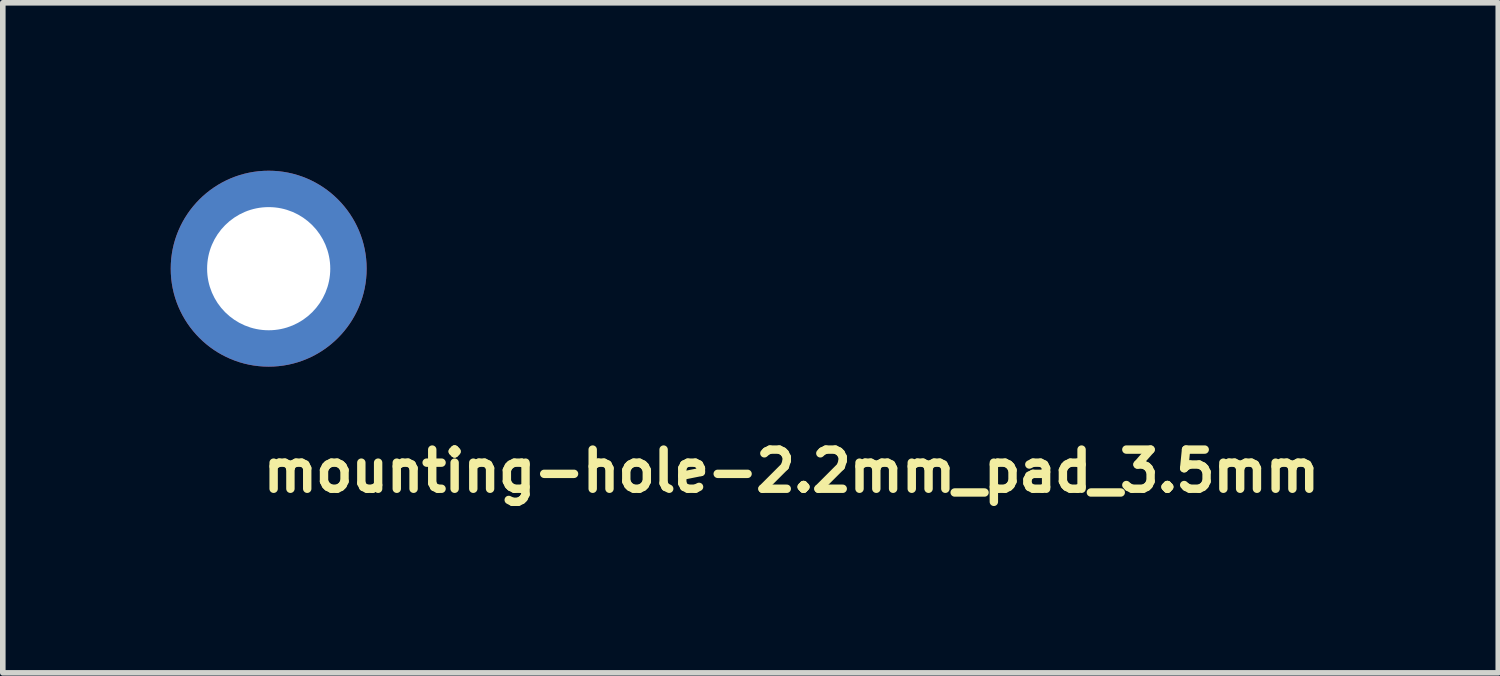
<source format=kicad_pcb>
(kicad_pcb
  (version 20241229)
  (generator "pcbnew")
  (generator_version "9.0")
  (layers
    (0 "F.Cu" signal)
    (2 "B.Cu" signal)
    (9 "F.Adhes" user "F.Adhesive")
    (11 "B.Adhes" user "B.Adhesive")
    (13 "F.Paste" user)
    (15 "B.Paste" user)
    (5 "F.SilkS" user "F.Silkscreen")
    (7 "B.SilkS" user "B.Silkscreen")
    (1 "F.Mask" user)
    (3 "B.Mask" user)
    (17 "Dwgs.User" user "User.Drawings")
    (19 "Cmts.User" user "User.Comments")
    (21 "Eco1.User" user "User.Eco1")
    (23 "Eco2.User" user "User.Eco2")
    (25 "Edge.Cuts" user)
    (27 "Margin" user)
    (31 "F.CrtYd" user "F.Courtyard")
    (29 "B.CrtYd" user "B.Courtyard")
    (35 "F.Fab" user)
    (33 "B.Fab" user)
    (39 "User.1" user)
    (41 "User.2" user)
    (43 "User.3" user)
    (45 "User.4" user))
  (footprint "mounting-hole-2.2mm_pad_3.5mm"
    (layer "F.Cu")
    (at 1.75 1.75)
    (property "Reference" "mounting-hole-2.2mm_pad_3.5mm" (at -0.177 4.025 0) (layer "F.SilkS") (effects (font (size 0.7 0.7) (thickness 0.15)) (justify left bottom)))
    (attr through_hole exclude_from_pos_files exclude_from_bom)
    (pad "1" thru_hole circle (at 0 0) (size 3.5 3.5) (drill 2.2) (layers "*.Cu" "*.Mask")))
  (gr_rect
    (start -3 -3)
    (end 23.716 8.97)
    (stroke (width 0.1) (type default))
    (fill no)
    (layer "Edge.Cuts")))
</source>
